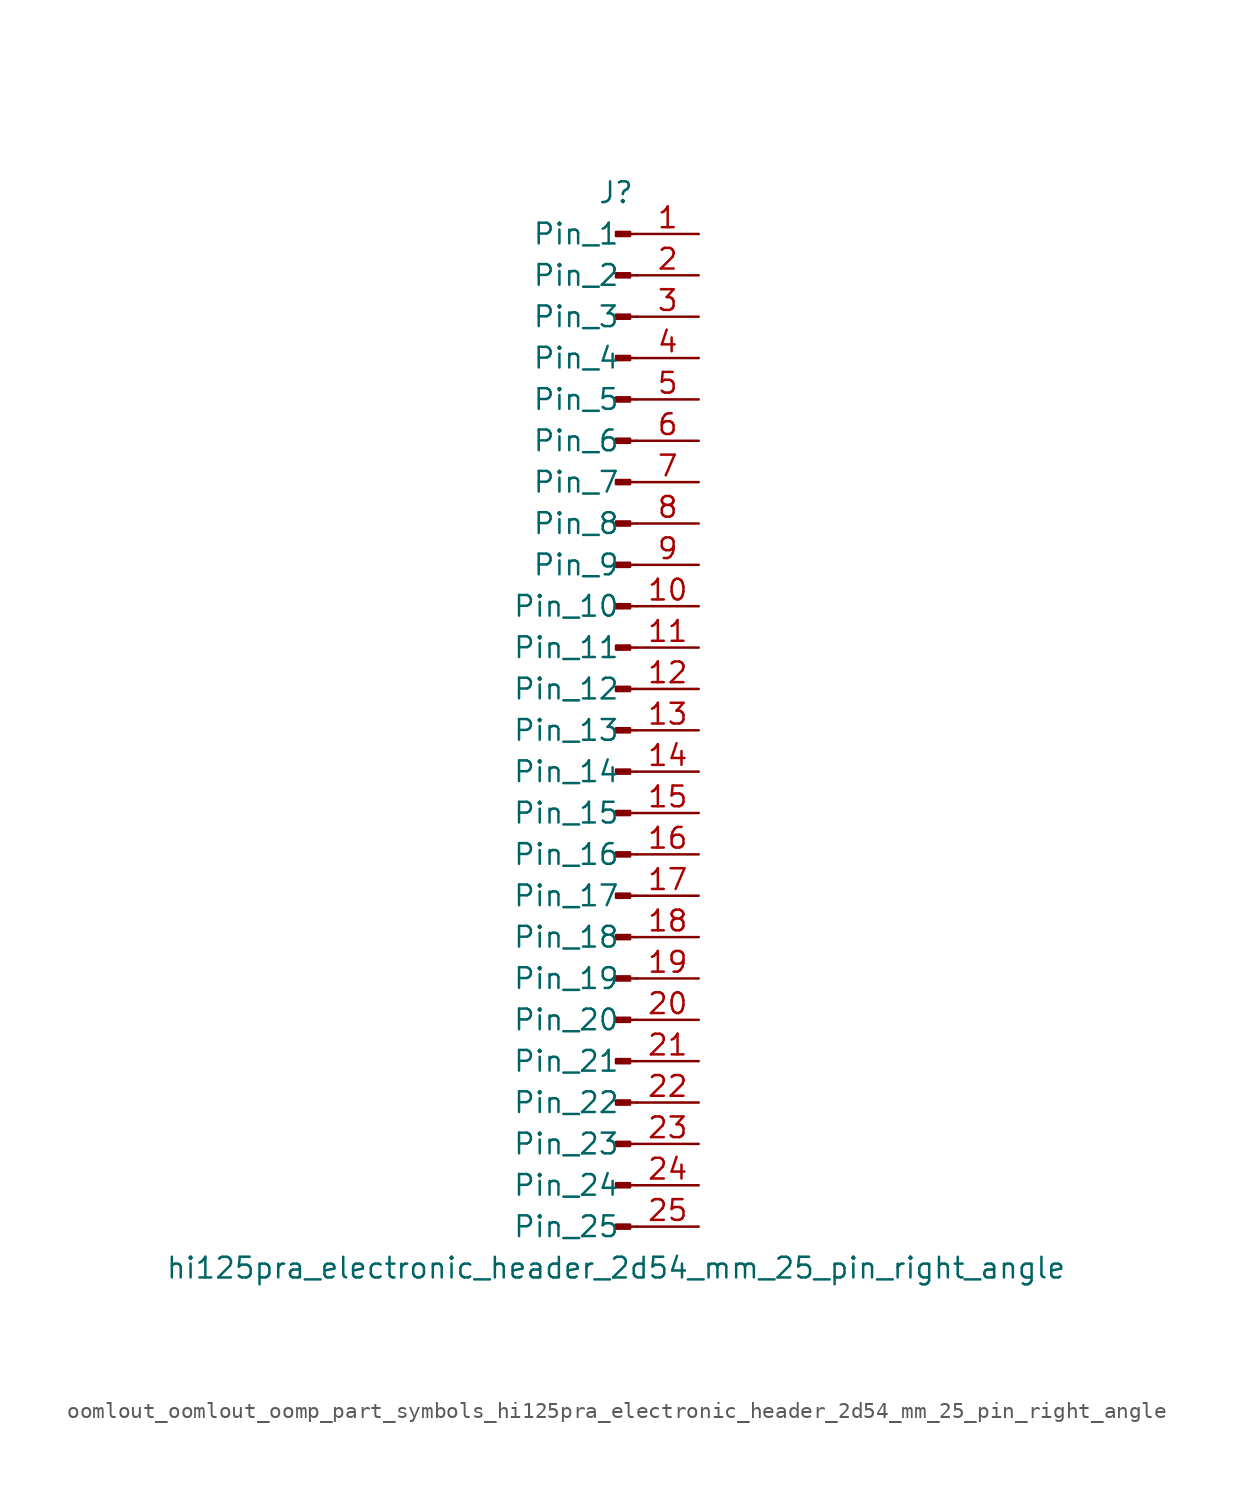
<source format=kicad_sym>
(kicad_symbol_lib
  (version 20220914)
  (generator kicad_symbol_editor)
  (symbol "oomlout_oomlout_oomp_part_symbols_hi125pra_electronic_header_2d54_mm_25_pin_right_angle"
    (pin_names
      (offset 1.016))
    (property "Reference" "J"
      (at 0 33.02 0)
      (effects (font (size 1.27 1.27))))
    (property "Value" "hi125pra_electronic_header_2d54_mm_25_pin_right_angle"
      (at 0 -33.02 0)
      (effects (font (size 1.27 1.27))))
    (property "ki_locked" ""
      (at 0 0 0)
      (effects (font (size 1.27 1.27))))
    (symbol "oomlout_oomlout_oomp_part_symbols_hi125pra_electronic_header_2d54_mm_25_pin_right_angle_1_1"
      (polyline (pts (xy 1.27 -30.48) (xy 0.864 -30.48)) (stroke (width 0.152) (type default)) (fill (type none)))
      (polyline (pts (xy 1.27 -27.94) (xy 0.864 -27.94)) (stroke (width 0.152) (type default)) (fill (type none)))
      (polyline (pts (xy 1.27 -25.4) (xy 0.864 -25.4)) (stroke (width 0.152) (type default)) (fill (type none)))
      (polyline (pts (xy 1.27 -22.86) (xy 0.864 -22.86)) (stroke (width 0.152) (type default)) (fill (type none)))
      (polyline (pts (xy 1.27 -20.32) (xy 0.864 -20.32)) (stroke (width 0.152) (type default)) (fill (type none)))
      (polyline (pts (xy 1.27 -17.78) (xy 0.864 -17.78)) (stroke (width 0.152) (type default)) (fill (type none)))
      (polyline (pts (xy 1.27 -15.24) (xy 0.864 -15.24)) (stroke (width 0.152) (type default)) (fill (type none)))
      (polyline (pts (xy 1.27 -12.7) (xy 0.864 -12.7)) (stroke (width 0.152) (type default)) (fill (type none)))
      (polyline (pts (xy 1.27 -10.16) (xy 0.864 -10.16)) (stroke (width 0.152) (type default)) (fill (type none)))
      (polyline (pts (xy 1.27 -7.62) (xy 0.864 -7.62)) (stroke (width 0.152) (type default)) (fill (type none)))
      (polyline (pts (xy 1.27 -5.08) (xy 0.864 -5.08)) (stroke (width 0.152) (type default)) (fill (type none)))
      (polyline (pts (xy 1.27 -2.54) (xy 0.864 -2.54)) (stroke (width 0.152) (type default)) (fill (type none)))
      (polyline (pts (xy 1.27 0) (xy 0.864 0)) (stroke (width 0.152) (type default)) (fill (type none)))
      (polyline (pts (xy 1.27 2.54) (xy 0.864 2.54)) (stroke (width 0.152) (type default)) (fill (type none)))
      (polyline (pts (xy 1.27 5.08) (xy 0.864 5.08)) (stroke (width 0.152) (type default)) (fill (type none)))
      (polyline (pts (xy 1.27 7.62) (xy 0.864 7.62)) (stroke (width 0.152) (type default)) (fill (type none)))
      (polyline (pts (xy 1.27 10.16) (xy 0.864 10.16)) (stroke (width 0.152) (type default)) (fill (type none)))
      (polyline (pts (xy 1.27 12.7) (xy 0.864 12.7)) (stroke (width 0.152) (type default)) (fill (type none)))
      (polyline (pts (xy 1.27 15.24) (xy 0.864 15.24)) (stroke (width 0.152) (type default)) (fill (type none)))
      (polyline (pts (xy 1.27 17.78) (xy 0.864 17.78)) (stroke (width 0.152) (type default)) (fill (type none)))
      (polyline (pts (xy 1.27 20.32) (xy 0.864 20.32)) (stroke (width 0.152) (type default)) (fill (type none)))
      (polyline (pts (xy 1.27 22.86) (xy 0.864 22.86)) (stroke (width 0.152) (type default)) (fill (type none)))
      (polyline (pts (xy 1.27 25.4) (xy 0.864 25.4)) (stroke (width 0.152) (type default)) (fill (type none)))
      (polyline (pts (xy 1.27 27.94) (xy 0.864 27.94)) (stroke (width 0.152) (type default)) (fill (type none)))
      (polyline (pts (xy 1.27 30.48) (xy 0.864 30.48)) (stroke (width 0.152) (type default)) (fill (type none)))
      (rectangle (start 0.864 -30.353) (end 0 -30.607) (stroke (width 0.152) (type default)) (fill (type outline)))
      (rectangle (start 0.864 -27.813) (end 0 -28.067) (stroke (width 0.152) (type default)) (fill (type outline)))
      (rectangle (start 0.864 -25.273) (end 0 -25.527) (stroke (width 0.152) (type default)) (fill (type outline)))
      (rectangle (start 0.864 -22.733) (end 0 -22.987) (stroke (width 0.152) (type default)) (fill (type outline)))
      (rectangle (start 0.864 -20.193) (end 0 -20.447) (stroke (width 0.152) (type default)) (fill (type outline)))
      (rectangle (start 0.864 -17.653) (end 0 -17.907) (stroke (width 0.152) (type default)) (fill (type outline)))
      (rectangle (start 0.864 -15.113) (end 0 -15.367) (stroke (width 0.152) (type default)) (fill (type outline)))
      (rectangle (start 0.864 -12.573) (end 0 -12.827) (stroke (width 0.152) (type default)) (fill (type outline)))
      (rectangle (start 0.864 -10.033) (end 0 -10.287) (stroke (width 0.152) (type default)) (fill (type outline)))
      (rectangle (start 0.864 -7.493) (end 0 -7.747) (stroke (width 0.152) (type default)) (fill (type outline)))
      (rectangle (start 0.864 -4.953) (end 0 -5.207) (stroke (width 0.152) (type default)) (fill (type outline)))
      (rectangle (start 0.864 -2.413) (end 0 -2.667) (stroke (width 0.152) (type default)) (fill (type outline)))
      (rectangle (start 0.864 0.127) (end 0 -0.127) (stroke (width 0.152) (type default)) (fill (type outline)))
      (rectangle (start 0.864 2.667) (end 0 2.413) (stroke (width 0.152) (type default)) (fill (type outline)))
      (rectangle (start 0.864 5.207) (end 0 4.953) (stroke (width 0.152) (type default)) (fill (type outline)))
      (rectangle (start 0.864 7.747) (end 0 7.493) (stroke (width 0.152) (type default)) (fill (type outline)))
      (rectangle (start 0.864 10.287) (end 0 10.033) (stroke (width 0.152) (type default)) (fill (type outline)))
      (rectangle (start 0.864 12.827) (end 0 12.573) (stroke (width 0.152) (type default)) (fill (type outline)))
      (rectangle (start 0.864 15.367) (end 0 15.113) (stroke (width 0.152) (type default)) (fill (type outline)))
      (rectangle (start 0.864 17.907) (end 0 17.653) (stroke (width 0.152) (type default)) (fill (type outline)))
      (rectangle (start 0.864 20.447) (end 0 20.193) (stroke (width 0.152) (type default)) (fill (type outline)))
      (rectangle (start 0.864 22.987) (end 0 22.733) (stroke (width 0.152) (type default)) (fill (type outline)))
      (rectangle (start 0.864 25.527) (end 0 25.273) (stroke (width 0.152) (type default)) (fill (type outline)))
      (rectangle (start 0.864 28.067) (end 0 27.813) (stroke (width 0.152) (type default)) (fill (type outline)))
      (rectangle (start 0.864 30.607) (end 0 30.353) (stroke (width 0.152) (type default)) (fill (type outline)))
      (pin passive line (at 5.08 30.48 180) (length 3.81) (name "Pin_1" (effects (font (size 1.27 1.27)))) (number "1" (effects (font (size 1.27 1.27)))))
      (pin passive line (at 5.08 7.62 180) (length 3.81) (name "Pin_10" (effects (font (size 1.27 1.27)))) (number "10" (effects (font (size 1.27 1.27)))))
      (pin passive line (at 5.08 5.08 180) (length 3.81) (name "Pin_11" (effects (font (size 1.27 1.27)))) (number "11" (effects (font (size 1.27 1.27)))))
      (pin passive line (at 5.08 2.54 180) (length 3.81) (name "Pin_12" (effects (font (size 1.27 1.27)))) (number "12" (effects (font (size 1.27 1.27)))))
      (pin passive line (at 5.08 0 180) (length 3.81) (name "Pin_13" (effects (font (size 1.27 1.27)))) (number "13" (effects (font (size 1.27 1.27)))))
      (pin passive line (at 5.08 -2.54 180) (length 3.81) (name "Pin_14" (effects (font (size 1.27 1.27)))) (number "14" (effects (font (size 1.27 1.27)))))
      (pin passive line (at 5.08 -5.08 180) (length 3.81) (name "Pin_15" (effects (font (size 1.27 1.27)))) (number "15" (effects (font (size 1.27 1.27)))))
      (pin passive line (at 5.08 -7.62 180) (length 3.81) (name "Pin_16" (effects (font (size 1.27 1.27)))) (number "16" (effects (font (size 1.27 1.27)))))
      (pin passive line (at 5.08 -10.16 180) (length 3.81) (name "Pin_17" (effects (font (size 1.27 1.27)))) (number "17" (effects (font (size 1.27 1.27)))))
      (pin passive line (at 5.08 -12.7 180) (length 3.81) (name "Pin_18" (effects (font (size 1.27 1.27)))) (number "18" (effects (font (size 1.27 1.27)))))
      (pin passive line (at 5.08 -15.24 180) (length 3.81) (name "Pin_19" (effects (font (size 1.27 1.27)))) (number "19" (effects (font (size 1.27 1.27)))))
      (pin passive line (at 5.08 27.94 180) (length 3.81) (name "Pin_2" (effects (font (size 1.27 1.27)))) (number "2" (effects (font (size 1.27 1.27)))))
      (pin passive line (at 5.08 -17.78 180) (length 3.81) (name "Pin_20" (effects (font (size 1.27 1.27)))) (number "20" (effects (font (size 1.27 1.27)))))
      (pin passive line (at 5.08 -20.32 180) (length 3.81) (name "Pin_21" (effects (font (size 1.27 1.27)))) (number "21" (effects (font (size 1.27 1.27)))))
      (pin passive line (at 5.08 -22.86 180) (length 3.81) (name "Pin_22" (effects (font (size 1.27 1.27)))) (number "22" (effects (font (size 1.27 1.27)))))
      (pin passive line (at 5.08 -25.4 180) (length 3.81) (name "Pin_23" (effects (font (size 1.27 1.27)))) (number "23" (effects (font (size 1.27 1.27)))))
      (pin passive line (at 5.08 -27.94 180) (length 3.81) (name "Pin_24" (effects (font (size 1.27 1.27)))) (number "24" (effects (font (size 1.27 1.27)))))
      (pin passive line (at 5.08 -30.48 180) (length 3.81) (name "Pin_25" (effects (font (size 1.27 1.27)))) (number "25" (effects (font (size 1.27 1.27)))))
      (pin passive line (at 5.08 25.4 180) (length 3.81) (name "Pin_3" (effects (font (size 1.27 1.27)))) (number "3" (effects (font (size 1.27 1.27)))))
      (pin passive line (at 5.08 22.86 180) (length 3.81) (name "Pin_4" (effects (font (size 1.27 1.27)))) (number "4" (effects (font (size 1.27 1.27)))))
      (pin passive line (at 5.08 20.32 180) (length 3.81) (name "Pin_5" (effects (font (size 1.27 1.27)))) (number "5" (effects (font (size 1.27 1.27)))))
      (pin passive line (at 5.08 17.78 180) (length 3.81) (name "Pin_6" (effects (font (size 1.27 1.27)))) (number "6" (effects (font (size 1.27 1.27)))))
      (pin passive line (at 5.08 15.24 180) (length 3.81) (name "Pin_7" (effects (font (size 1.27 1.27)))) (number "7" (effects (font (size 1.27 1.27)))))
      (pin passive line (at 5.08 12.7 180) (length 3.81) (name "Pin_8" (effects (font (size 1.27 1.27)))) (number "8" (effects (font (size 1.27 1.27)))))
      (pin passive line (at 5.08 10.16 180) (length 3.81) (name "Pin_9" (effects (font (size 1.27 1.27)))) (number "9" (effects (font (size 1.27 1.27))))))))
</source>
